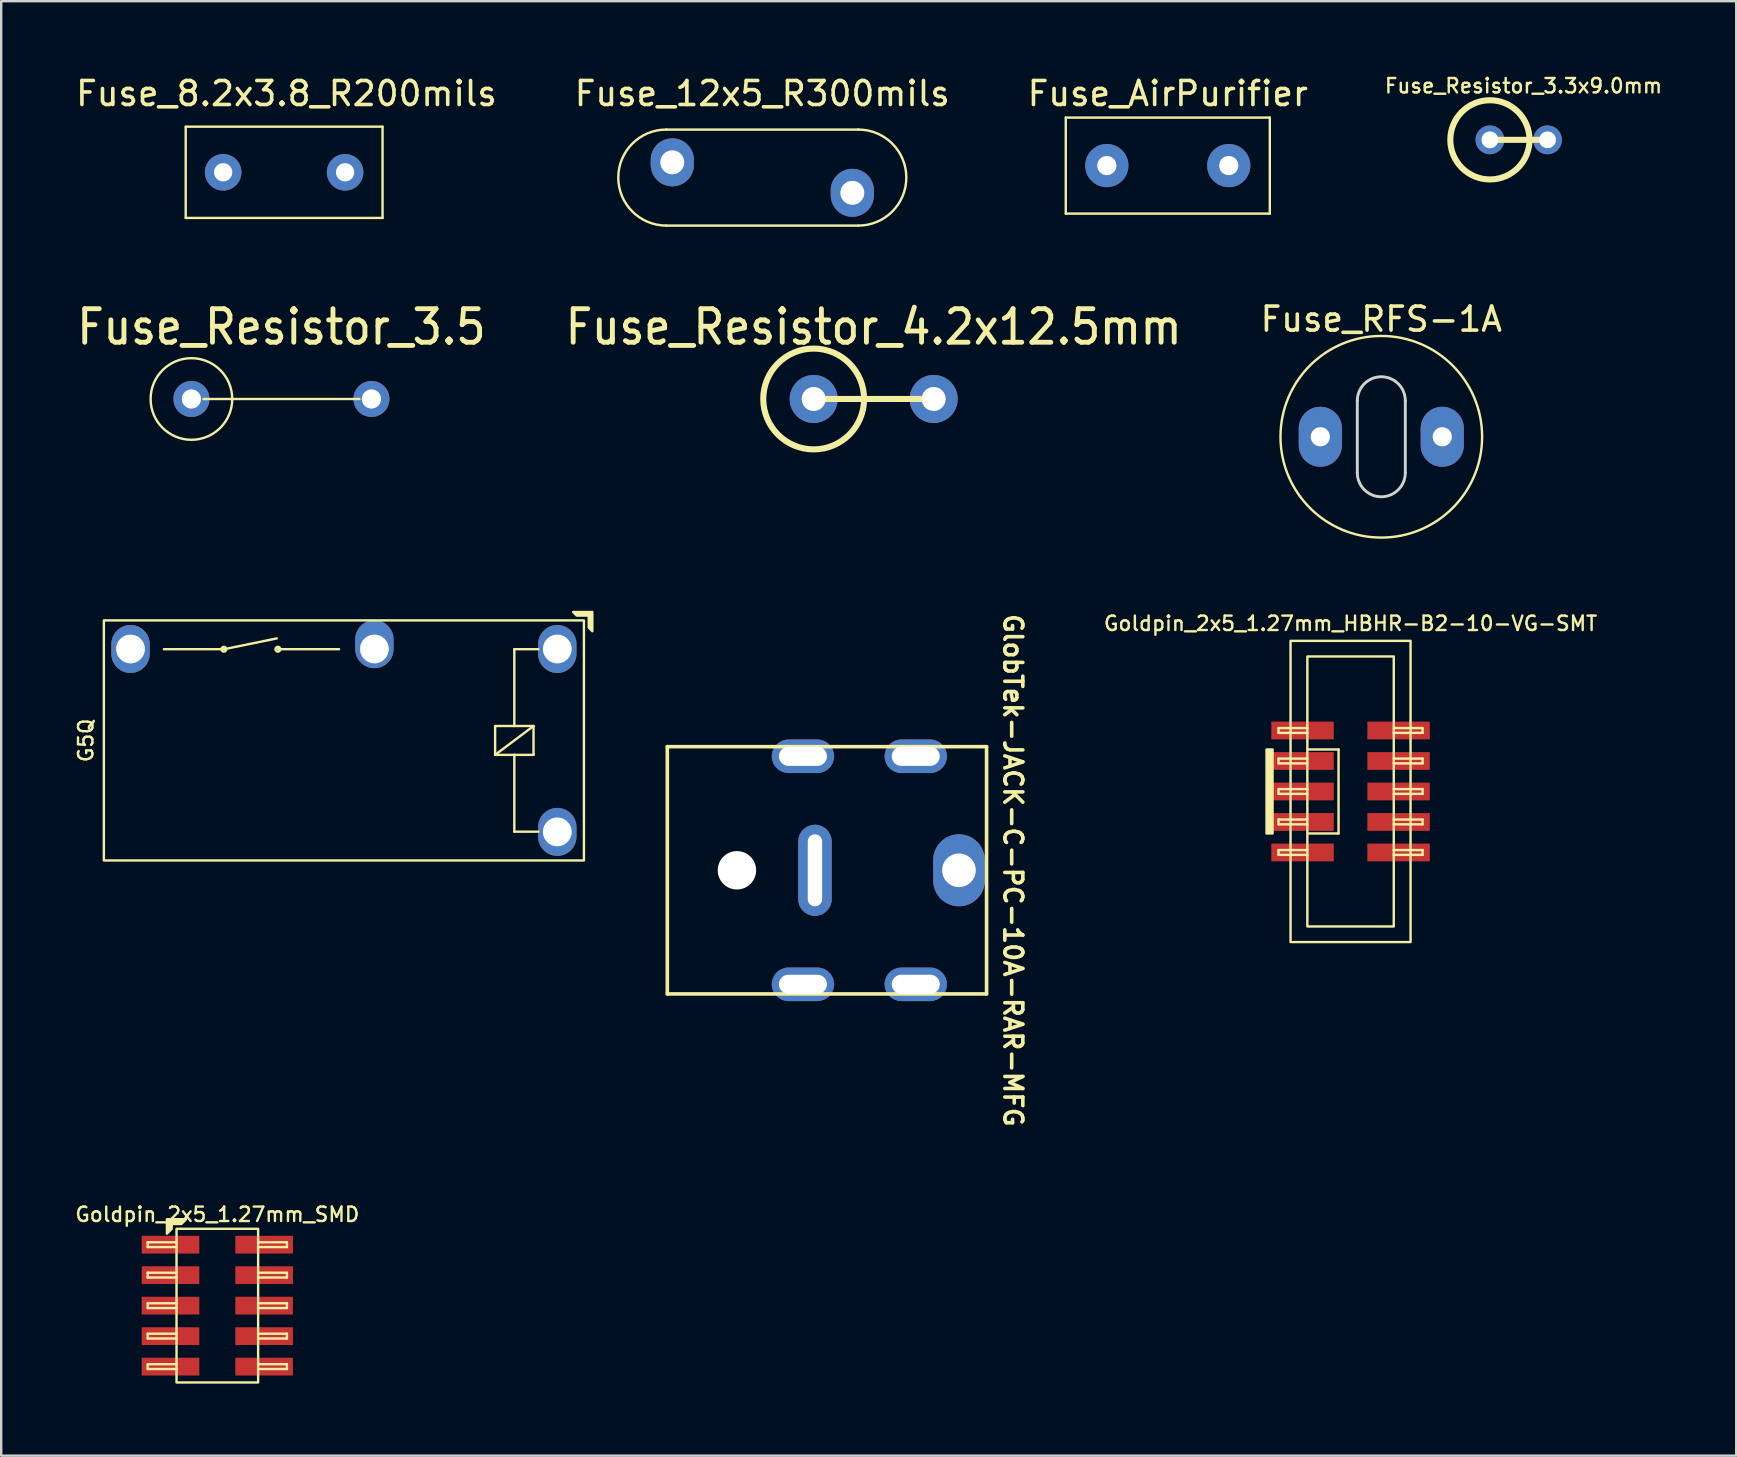
<source format=kicad_pcb>
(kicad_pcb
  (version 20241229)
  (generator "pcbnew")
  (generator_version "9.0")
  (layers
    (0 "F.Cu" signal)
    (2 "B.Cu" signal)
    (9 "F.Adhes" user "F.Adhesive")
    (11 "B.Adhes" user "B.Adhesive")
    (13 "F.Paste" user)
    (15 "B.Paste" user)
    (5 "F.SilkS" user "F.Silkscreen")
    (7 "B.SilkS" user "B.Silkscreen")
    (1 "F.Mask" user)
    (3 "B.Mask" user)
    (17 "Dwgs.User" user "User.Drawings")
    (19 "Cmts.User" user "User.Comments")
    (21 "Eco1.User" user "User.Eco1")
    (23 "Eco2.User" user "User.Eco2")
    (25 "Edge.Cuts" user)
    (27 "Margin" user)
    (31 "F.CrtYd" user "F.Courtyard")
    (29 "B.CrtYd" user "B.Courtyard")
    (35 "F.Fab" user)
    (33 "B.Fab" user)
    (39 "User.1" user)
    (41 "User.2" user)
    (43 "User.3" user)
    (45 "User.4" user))
  (footprint "Fuse_Resistor_4.2x12.5mm"
    (layer "F.Cu")
    (at 33.348 13.572)
    (property "Reference" "Fuse_Resistor_4.2x12.5mm" (at 0 -3 0) (layer "F.SilkS") (effects (font (size 1.397 1.27) (thickness 0.203))))
    (attr through_hole)
    (fp_line (start -2.5 0) (end 2.5 0) (stroke (width 0.254) (type solid)) (layer "F.SilkS"))
    (fp_circle (center -2.5 0) (end -0.4 0) (stroke (width 0.254) (type solid)) (fill no) (layer "F.SilkS"))
    (pad "1" thru_hole circle (at -2.5 0) (size 2 2) (drill 1) (layers "*.Cu" "*.Mask"))
    (pad "2" thru_hole circle (at 2.5 0) (size 2 2) (drill 1) (layers "*.Cu" "*.Mask")))
  (footprint "Fuse_AirPurifier"
    (layer "F.Cu")
    (at 45.601 3.848)
    (property "Reference" "Fuse_AirPurifier" (at 0 -3 0) (layer "F.SilkS") (effects (font (size 1 1) (thickness 0.15))))
    (attr through_hole)
    (fp_line (start -4.25 -2) (end 4.25 -2) (stroke (width 0.1) (type solid)) (layer "F.SilkS"))
    (fp_line (start -4.25 2) (end -4.25 -2) (stroke (width 0.1) (type solid)) (layer "F.SilkS"))
    (fp_line (start 4.25 -2) (end 4.25 2) (stroke (width 0.1) (type solid)) (layer "F.SilkS"))
    (fp_line (start 4.25 2) (end -4.25 2) (stroke (width 0.1) (type solid)) (layer "F.SilkS"))
    (pad "1" thru_hole circle (at 2.54 0) (size 1.8 1.8) (drill 0.8) (layers "*.Cu" "*.Mask"))
    (pad "2" thru_hole circle (at -2.54 0) (size 1.8 1.8) (drill 0.8) (layers "*.Cu" "*.Mask")))
  (footprint "Fuse_RFS-1A"
    (layer "F.Cu")
    (at 54.496 15.146)
    (property "Reference" "Fuse_RFS-1A" (at 0 -4.9 0) (unlocked yes) (layer "F.SilkS") (effects (font (size 1 1) (thickness 0.15))))
    (attr through_hole)
    (fp_circle (center 0 0) (end 4.2 0) (stroke (width 0.1) (type solid)) (fill no) (layer "F.SilkS"))
    (fp_line (start -1 -1.5) (end -1 1.5) (stroke (width 0.12) (type solid)) (layer "Edge.Cuts"))
    (fp_line (start 1 -1.5) (end 1 1.5) (stroke (width 0.12) (type solid)) (layer "Edge.Cuts"))
    (fp_arc (start -1 -1.5) (mid 0 -2.5) (end 1 -1.5) (stroke (width 0.12) (type solid)) (layer "Edge.Cuts"))
    (fp_arc (start 1 1.5) (mid 0 2.5) (end -1 1.5) (stroke (width 0.12) (type solid)) (layer "Edge.Cuts"))
    (pad "1" thru_hole oval (at 2.54 0) (size 1.8 2.5) (drill 0.8) (layers "*.Cu" "*.Mask"))
    (pad "2" thru_hole oval (at -2.54 0) (size 1.8 2.5) (drill 0.8) (layers "*.Cu" "*.Mask")))
  (footprint "G5Q"
    (layer "F.Cu")
    (at 11.277 27.797)
    (property "Reference" "G5Q" (at -10.75 0 90) (layer "F.SilkS") (effects (font (size 0.6 0.6) (thickness 0.1))))
    (attr through_hole)
    (fp_line (start -7.5 -3.8) (end -5 -3.8) (stroke (width 0.1) (type solid)) (layer "F.SilkS"))
    (fp_line (start -5 -3.8) (end -2.8 -4.25) (stroke (width 0.1) (type solid)) (layer "F.SilkS"))
    (fp_line (start -2.75 -3.8) (end -0.2 -3.8) (stroke (width 0.1) (type solid)) (layer "F.SilkS"))
    (fp_line (start 6.3 -0.6) (end 6.3 0.6) (stroke (width 0.1) (type solid)) (layer "F.SilkS"))
    (fp_line (start 6.3 0.6) (end 7.9 0.6) (stroke (width 0.1) (type solid)) (layer "F.SilkS"))
    (fp_line (start 7.1 -0.6) (end 7.1 -3.8) (stroke (width 0.1) (type solid)) (layer "F.SilkS"))
    (fp_line (start 7.1 3.8) (end 7.1 0.6) (stroke (width 0.1) (type solid)) (layer "F.SilkS"))
    (fp_line (start 7.9 -0.6) (end 6.3 -0.6) (stroke (width 0.1) (type solid)) (layer "F.SilkS"))
    (fp_line (start 7.9 -0.6) (end 6.3 0.6) (stroke (width 0.1) (type solid)) (layer "F.SilkS"))
    (fp_line (start 7.9 0.6) (end 7.9 -0.6) (stroke (width 0.1) (type solid)) (layer "F.SilkS"))
    (fp_line (start 8.1 -3.8) (end 7.1 -3.8) (stroke (width 0.1) (type solid)) (layer "F.SilkS"))
    (fp_line (start 8.1 3.8) (end 7.1 3.8) (stroke (width 0.1) (type solid)) (layer "F.SilkS"))
    (fp_rect (start -10 -5) (end 10 5) (stroke (width 0.1) (type solid)) (fill no) (layer "F.SilkS"))
    (fp_circle (center -5 -3.8) (end -4.9 -3.8) (stroke (width 0.1) (type solid)) (fill no) (layer "F.SilkS"))
    (fp_circle (center -2.75 -3.8) (end -2.65 -3.8) (stroke (width 0.1) (type solid)) (fill no) (layer "F.SilkS"))
    (fp_poly (pts (xy 10.35 -5.35) (xy 10.35 -4.55) (xy 10.2 -4.7) (xy 10.2 -5.2) (xy 9.7 -5.2) (xy 9.55 -5.35)) (stroke (width 0.1) (type solid)) (fill yes) (layer "F.SilkS"))
    (pad "1" thru_hole oval (at 8.89 -3.81) (size 1.6 2) (drill 1.2) (layers "*.Cu" "*.Mask"))
    (pad "2" thru_hole oval (at 8.89 3.81 180) (size 1.6 2) (drill 1.2) (layers "*.Cu" "*.Mask"))
    (pad "3" thru_hole oval (at 1.27 -3.81 270) (size 2 1.6) (drill 1.2 (offset -0.2 0)) (layers "*.Cu" "*.Mask"))
    (pad "4" thru_hole oval (at -8.89 -3.81 270) (size 2 1.6) (drill 1.2) (layers "*.Cu" "*.Mask")))
  (footprint "Fuse_Resistor_3.5"
    (layer "F.Cu")
    (at 8.675 13.572)
    (property "Reference" "Fuse_Resistor_3.5" (at 0 -3 0) (layer "F.SilkS") (effects (font (size 1.397 1.27) (thickness 0.203))))
    (attr through_hole)
    (fp_line (start -3.25 0) (end 3.25 0) (stroke (width 0.1) (type solid)) (layer "F.SilkS"))
    (fp_circle (center -3.75 0) (end -2.05 0) (stroke (width 0.1) (type solid)) (fill no) (layer "F.SilkS"))
    (pad "1" thru_hole circle (at -3.75 0) (size 1.5 1.5) (drill 0.8) (layers "*.Cu" "*.Mask"))
    (pad "2" thru_hole circle (at 3.75 0) (size 1.5 1.5) (drill 0.8) (layers "*.Cu" "*.Mask")))
  (footprint "Fuse_12x5_R300mils"
    (layer "F.Cu")
    (at 28.708 4.348)
    (property "Reference" "Fuse_12x5_R300mils" (at 0 -3.5 0) (layer "F.SilkS") (effects (font (size 1 1) (thickness 0.15))))
    (attr through_hole)
    (fp_line (start -4 -2) (end 4 -2) (stroke (width 0.1) (type solid)) (layer "F.SilkS"))
    (fp_line (start 4 2) (end -4 2) (stroke (width 0.1) (type solid)) (layer "F.SilkS"))
    (fp_arc (start -4 2) (mid -6 0) (end -4 -2) (stroke (width 0.1) (type solid)) (layer "F.SilkS"))
    (fp_arc (start 4 -2) (mid 6 0) (end 4 2) (stroke (width 0.1) (type solid)) (layer "F.SilkS"))
    (pad "1" thru_hole oval (at -3.75 -0.635) (size 1.8 2) (drill 1) (layers "*.Cu" "*.Mask"))
    (pad "2" thru_hole oval (at 3.75 0.635) (size 1.8 2) (drill 1) (layers "*.Cu" "*.Mask")))
  (footprint "Fuse_8.2x3.8_R200mils"
    (layer "F.Cu")
    (at 8.787 4.128)
    (property "Reference" "Fuse_8.2x3.8_R200mils" (at 0.1 -3.28 0) (layer "F.SilkS") (effects (font (size 1 1) (thickness 0.15))))
    (attr through_hole)
    (fp_line (start -4.1 -1.9) (end 4.1 -1.9) (stroke (width 0.1) (type solid)) (layer "F.SilkS"))
    (fp_line (start -4.1 1.9) (end -4.1 -1.9) (stroke (width 0.1) (type solid)) (layer "F.SilkS"))
    (fp_line (start 4.1 -1.9) (end 4.1 1.9) (stroke (width 0.1) (type solid)) (layer "F.SilkS"))
    (fp_line (start 4.1 1.9) (end -4.1 1.9) (stroke (width 0.1) (type solid)) (layer "F.SilkS"))
    (pad "1" thru_hole circle (at 2.54 0) (size 1.524 1.524) (drill 0.762) (layers "*.Cu" "*.Mask"))
    (pad "2" thru_hole circle (at -2.54 0) (size 1.524 1.524) (drill 0.762) (layers "*.Cu" "*.Mask")))
  (footprint "Goldpin_2x5_1.27mm_SMD"
    (layer "F.Cu")
    (at 6.004 51.344)
    (property "Reference" "Goldpin_2x5_1.27mm_SMD" (at 0 -3.8 0) (layer "F.SilkS") (effects (font (size 0.6 0.6) (thickness 0.1))))
    (attr smd)
    (fp_line (start -2.9 -2.64) (end -2.9 -2.44) (stroke (width 0.1) (type solid)) (layer "F.SilkS"))
    (fp_line (start -2.9 -2.44) (end -1.7 -2.44) (stroke (width 0.1) (type solid)) (layer "F.SilkS"))
    (fp_line (start -2.9 -1.37) (end -2.9 -1.17) (stroke (width 0.1) (type solid)) (layer "F.SilkS"))
    (fp_line (start -2.9 -1.17) (end -1.7 -1.17) (stroke (width 0.1) (type solid)) (layer "F.SilkS"))
    (fp_line (start -2.9 -0.1) (end -2.9 0.1) (stroke (width 0.1) (type solid)) (layer "F.SilkS"))
    (fp_line (start -2.9 0.1) (end -1.7 0.1) (stroke (width 0.1) (type solid)) (layer "F.SilkS"))
    (fp_line (start -2.9 1.17) (end -2.9 1.37) (stroke (width 0.1) (type solid)) (layer "F.SilkS"))
    (fp_line (start -2.9 1.37) (end -1.7 1.37) (stroke (width 0.1) (type solid)) (layer "F.SilkS"))
    (fp_line (start -2.9 2.44) (end -2.9 2.64) (stroke (width 0.1) (type solid)) (layer "F.SilkS"))
    (fp_line (start -2.9 2.64) (end -1.7 2.64) (stroke (width 0.1) (type solid)) (layer "F.SilkS"))
    (fp_line (start -1.7 -2.64) (end -2.9 -2.64) (stroke (width 0.1) (type solid)) (layer "F.SilkS"))
    (fp_line (start -1.7 -1.37) (end -2.9 -1.37) (stroke (width 0.1) (type solid)) (layer "F.SilkS"))
    (fp_line (start -1.7 -0.1) (end -2.9 -0.1) (stroke (width 0.1) (type solid)) (layer "F.SilkS"))
    (fp_line (start -1.7 1.17) (end -2.9 1.17) (stroke (width 0.1) (type solid)) (layer "F.SilkS"))
    (fp_line (start -1.7 2.44) (end -2.9 2.44) (stroke (width 0.1) (type solid)) (layer "F.SilkS"))
    (fp_line (start 1.7 -2.64) (end 2.9 -2.64) (stroke (width 0.1) (type solid)) (layer "F.SilkS"))
    (fp_line (start 1.7 -1.37) (end 2.9 -1.37) (stroke (width 0.1) (type solid)) (layer "F.SilkS"))
    (fp_line (start 1.7 -0.1) (end 2.9 -0.1) (stroke (width 0.1) (type solid)) (layer "F.SilkS"))
    (fp_line (start 1.7 1.17) (end 2.9 1.17) (stroke (width 0.1) (type solid)) (layer "F.SilkS"))
    (fp_line (start 1.7 2.44) (end 2.9 2.44) (stroke (width 0.1) (type solid)) (layer "F.SilkS"))
    (fp_line (start 2.9 -2.64) (end 2.9 -2.44) (stroke (width 0.1) (type solid)) (layer "F.SilkS"))
    (fp_line (start 2.9 -2.44) (end 1.7 -2.44) (stroke (width 0.1) (type solid)) (layer "F.SilkS"))
    (fp_line (start 2.9 -1.37) (end 2.9 -1.17) (stroke (width 0.1) (type solid)) (layer "F.SilkS"))
    (fp_line (start 2.9 -1.17) (end 1.7 -1.17) (stroke (width 0.1) (type solid)) (layer "F.SilkS"))
    (fp_line (start 2.9 -0.1) (end 2.9 0.1) (stroke (width 0.1) (type solid)) (layer "F.SilkS"))
    (fp_line (start 2.9 0.1) (end 1.7 0.1) (stroke (width 0.1) (type solid)) (layer "F.SilkS"))
    (fp_line (start 2.9 1.17) (end 2.9 1.37) (stroke (width 0.1) (type solid)) (layer "F.SilkS"))
    (fp_line (start 2.9 1.37) (end 1.7 1.37) (stroke (width 0.1) (type solid)) (layer "F.SilkS"))
    (fp_line (start 2.9 2.44) (end 2.9 2.64) (stroke (width 0.1) (type solid)) (layer "F.SilkS"))
    (fp_line (start 2.9 2.64) (end 1.7 2.64) (stroke (width 0.1) (type solid)) (layer "F.SilkS"))
    (fp_rect (start -1.7 -3.2) (end 1.7 3.2) (stroke (width 0.1) (type solid)) (fill no) (layer "F.SilkS"))
    (fp_poly (pts (xy -1.5 -3.4) (xy -1.9 -3.4) (xy -1.9 -3.2) (xy -2.1 -3) (xy -2.1 -3.6) (xy -1.3 -3.6)) (stroke (width 0.1) (type solid)) (fill yes) (layer "F.SilkS"))
    (pad "1" smd rect (at -1.95 -2.54) (size 2.4 0.74) (layers "F.Cu" "F.Mask" "F.Paste"))
    (pad "2" smd rect (at 1.95 -2.54) (size 2.4 0.74) (layers "F.Cu" "F.Mask" "F.Paste"))
    (pad "3" smd rect (at -1.95 -1.27) (size 2.4 0.74) (layers "F.Cu" "F.Mask" "F.Paste"))
    (pad "4" smd rect (at 1.95 -1.27) (size 2.4 0.74) (layers "F.Cu" "F.Mask" "F.Paste"))
    (pad "5" smd rect (at -1.95 0) (size 2.4 0.74) (layers "F.Cu" "F.Mask" "F.Paste"))
    (pad "6" smd rect (at 1.95 0) (size 2.4 0.74) (layers "F.Cu" "F.Mask" "F.Paste"))
    (pad "7" smd rect (at -1.95 1.27) (size 2.4 0.74) (layers "F.Cu" "F.Mask" "F.Paste"))
    (pad "8" smd rect (at 1.95 1.27) (size 2.4 0.74) (layers "F.Cu" "F.Mask" "F.Paste"))
    (pad "9" smd rect (at -1.95 2.54) (size 2.4 0.74) (layers "F.Cu" "F.Mask" "F.Paste"))
    (pad "10" smd rect (at 1.95 2.54) (size 2.4 0.74) (layers "F.Cu" "F.Mask" "F.Paste")))
  (footprint "Goldpin_2x5_1.27mm_HBHR-B2-10-VG-SMT"
    (layer "F.Cu")
    (at 53.215 29.923)
    (property "Reference" "Goldpin_2x5_1.27mm_HBHR-B2-10-VG-SMT" (at 0 -7 0) (layer "F.SilkS") (effects (font (size 0.6 0.6) (thickness 0.1))))
    (attr smd)
    (fp_line (start -3 -2.64) (end -3 -2.44) (stroke (width 0.1) (type solid)) (layer "F.SilkS"))
    (fp_line (start -3 -2.44) (end -1.8 -2.44) (stroke (width 0.1) (type solid)) (layer "F.SilkS"))
    (fp_line (start -3 -1.37) (end -3 -1.17) (stroke (width 0.1) (type solid)) (layer "F.SilkS"))
    (fp_line (start -3 -1.17) (end -1.8 -1.17) (stroke (width 0.1) (type solid)) (layer "F.SilkS"))
    (fp_line (start -3 -0.1) (end -3 0.1) (stroke (width 0.1) (type solid)) (layer "F.SilkS"))
    (fp_line (start -3 0.1) (end -1.8 0.1) (stroke (width 0.1) (type solid)) (layer "F.SilkS"))
    (fp_line (start -3 1.17) (end -3 1.37) (stroke (width 0.1) (type solid)) (layer "F.SilkS"))
    (fp_line (start -3 1.37) (end -1.8 1.37) (stroke (width 0.1) (type solid)) (layer "F.SilkS"))
    (fp_line (start -3 2.44) (end -3 2.64) (stroke (width 0.1) (type solid)) (layer "F.SilkS"))
    (fp_line (start -3 2.64) (end -1.8 2.64) (stroke (width 0.1) (type solid)) (layer "F.SilkS"))
    (fp_line (start -1.8 -2.64) (end -3 -2.64) (stroke (width 0.1) (type solid)) (layer "F.SilkS"))
    (fp_line (start -1.8 -1.37) (end -3 -1.37) (stroke (width 0.1) (type solid)) (layer "F.SilkS"))
    (fp_line (start -1.8 -0.1) (end -3 -0.1) (stroke (width 0.1) (type solid)) (layer "F.SilkS"))
    (fp_line (start -1.8 1.17) (end -3 1.17) (stroke (width 0.1) (type solid)) (layer "F.SilkS"))
    (fp_line (start -1.8 2.44) (end -3 2.44) (stroke (width 0.1) (type solid)) (layer "F.SilkS"))
    (fp_line (start -1.75 -1.75) (end -0.5 -1.75) (stroke (width 0.1) (type solid)) (layer "F.SilkS"))
    (fp_line (start -0.5 -1.75) (end -0.5 1.75) (stroke (width 0.1) (type solid)) (layer "F.SilkS"))
    (fp_line (start -0.5 1.75) (end -1.75 1.75) (stroke (width 0.1) (type solid)) (layer "F.SilkS"))
    (fp_line (start 1.8 -2.64) (end 3 -2.64) (stroke (width 0.1) (type solid)) (layer "F.SilkS"))
    (fp_line (start 1.8 -1.37) (end 3 -1.37) (stroke (width 0.1) (type solid)) (layer "F.SilkS"))
    (fp_line (start 1.8 -0.1) (end 3 -0.1) (stroke (width 0.1) (type solid)) (layer "F.SilkS"))
    (fp_line (start 1.8 1.17) (end 3 1.17) (stroke (width 0.1) (type solid)) (layer "F.SilkS"))
    (fp_line (start 1.8 2.44) (end 3 2.44) (stroke (width 0.1) (type solid)) (layer "F.SilkS"))
    (fp_line (start 3 -2.64) (end 3 -2.44) (stroke (width 0.1) (type solid)) (layer "F.SilkS"))
    (fp_line (start 3 -2.44) (end 1.8 -2.44) (stroke (width 0.1) (type solid)) (layer "F.SilkS"))
    (fp_line (start 3 -1.37) (end 3 -1.17) (stroke (width 0.1) (type solid)) (layer "F.SilkS"))
    (fp_line (start 3 -1.17) (end 1.8 -1.17) (stroke (width 0.1) (type solid)) (layer "F.SilkS"))
    (fp_line (start 3 -0.1) (end 3 0.1) (stroke (width 0.1) (type solid)) (layer "F.SilkS"))
    (fp_line (start 3 0.1) (end 1.8 0.1) (stroke (width 0.1) (type solid)) (layer "F.SilkS"))
    (fp_line (start 3 1.17) (end 3 1.37) (stroke (width 0.1) (type solid)) (layer "F.SilkS"))
    (fp_line (start 3 1.37) (end 1.8 1.37) (stroke (width 0.1) (type solid)) (layer "F.SilkS"))
    (fp_line (start 3 2.44) (end 3 2.64) (stroke (width 0.1) (type solid)) (layer "F.SilkS"))
    (fp_line (start 3 2.64) (end 1.8 2.64) (stroke (width 0.1) (type solid)) (layer "F.SilkS"))
    (fp_rect (start -3.5 -1.75) (end -3.25 1.75) (stroke (width 0.1) (type solid)) (fill yes) (layer "F.SilkS"))
    (fp_rect (start -2.5 -6.275) (end 2.5 6.275) (stroke (width 0.1) (type solid)) (fill no) (layer "F.SilkS"))
    (fp_rect (start -1.8 -5.625) (end 1.8 5.625) (stroke (width 0.1) (type solid)) (fill no) (layer "F.SilkS"))
    (pad "1" smd rect (at -2 -2.54) (size 2.6 0.74) (layers "F.Cu" "F.Mask" "F.Paste"))
    (pad "2" smd rect (at 2 -2.54) (size 2.6 0.74) (layers "F.Cu" "F.Mask" "F.Paste"))
    (pad "3" smd rect (at -2 -1.27) (size 2.6 0.74) (layers "F.Cu" "F.Mask" "F.Paste"))
    (pad "4" smd rect (at 2 -1.27) (size 2.6 0.74) (layers "F.Cu" "F.Mask" "F.Paste"))
    (pad "5" smd rect (at -2 0) (size 2.6 0.74) (layers "F.Cu" "F.Mask" "F.Paste"))
    (pad "6" smd rect (at 2 0) (size 2.6 0.74) (layers "F.Cu" "F.Mask" "F.Paste"))
    (pad "7" smd rect (at -2 1.27) (size 2.6 0.74) (layers "F.Cu" "F.Mask" "F.Paste"))
    (pad "8" smd rect (at 2 1.27) (size 2.6 0.74) (layers "F.Cu" "F.Mask" "F.Paste"))
    (pad "9" smd rect (at -2 2.54) (size 2.6 0.74) (layers "F.Cu" "F.Mask" "F.Paste"))
    (pad "10" smd rect (at 2 2.54) (size 2.6 0.74) (layers "F.Cu" "F.Mask" "F.Paste")))
  (footprint "Fuse_Resistor_3.3x9.0mm"
    (layer "F.Cu")
    (at 60.421 2.776)
    (property "Reference" "Fuse_Resistor_3.3x9.0mm" (at 0 -2.25 0) (layer "F.SilkS") (effects (font (size 0.6 0.6) (thickness 0.1))))
    (attr through_hole)
    (fp_line (start -1.4 0) (end 1 0) (stroke (width 0.254) (type solid)) (layer "F.SilkS"))
    (fp_circle (center -1.4 0) (end 0.25 0) (stroke (width 0.254) (type solid)) (fill no) (layer "F.SilkS"))
    (pad "1" thru_hole circle (at -1.4 0) (size 1.2 1.2) (drill 0.7) (layers "*.Cu" "*.Mask"))
    (pad "2" thru_hole circle (at 1 0) (size 1.2 1.2) (drill 0.7) (layers "*.Cu" "*.Mask")))
  (footprint "GlobTek-JACK-C-PC-10A-RAR-MFG"
    (layer "F.Cu")
    (at 31.401 33.207)
    (property "Reference" "GlobTek-JACK-C-PC-10A-RAR-MFG" (at 7.75 0 270) (unlocked yes) (layer "F.SilkS") (effects (font (size 0.75 0.75) (thickness 0.15))))
    (attr through_hole)
    (fp_line (start -6.65 -5.15) (end 6.65 -5.15) (stroke (width 0.15) (type solid)) (layer "F.SilkS"))
    (fp_line (start -6.65 5.15) (end -6.65 -5.15) (stroke (width 0.15) (type solid)) (layer "F.SilkS"))
    (fp_line (start 6.65 -5.15) (end 6.65 5.15) (stroke (width 0.15) (type solid)) (layer "F.SilkS"))
    (fp_line (start 6.65 5.15) (end -6.65 5.15) (stroke (width 0.15) (type solid)) (layer "F.SilkS"))
    (pad "" np_thru_hole circle (at -3.75 0) (size 1.6 1.6) (drill 1.6) (layers "*.Cu" "*.Mask"))
    (pad "1" thru_hole oval (at 5.5 0) (size 2.15 3) (drill 1.4) (layers "*.Cu" "*.Mask"))
    (pad "2" thru_hole roundrect (at -0.5 0) (size 1.4 3.8) (drill oval 0.6 3) (layers "*.Cu" "*.Mask") (roundrect_rratio 0.5))
    (pad "3" thru_hole roundrect (at -1 -4.75) (size 2.6 1.4) (drill oval 2 0.8) (layers "*.Cu" "*.Mask") (roundrect_rratio 0.5))
    (pad "3" thru_hole roundrect (at -1 4.75) (size 2.6 1.4) (drill oval 2 0.8) (layers "*.Cu" "*.Mask") (roundrect_rratio 0.5))
    (pad "3" thru_hole roundrect (at 3.7 -4.75) (size 2.6 1.4) (drill oval 2 0.8) (layers "*.Cu" "*.Mask") (roundrect_rratio 0.5))
    (pad "3" thru_hole roundrect (at 3.7 4.75) (size 2.6 1.4) (drill oval 2 0.8) (layers "*.Cu" "*.Mask") (roundrect_rratio 0.5)))
  (gr_rect
    (start -3 -3)
    (end 69.282 57.594)
    (stroke (width 0.1) (type default))
    (fill no)
    (layer "Edge.Cuts")))
</source>
